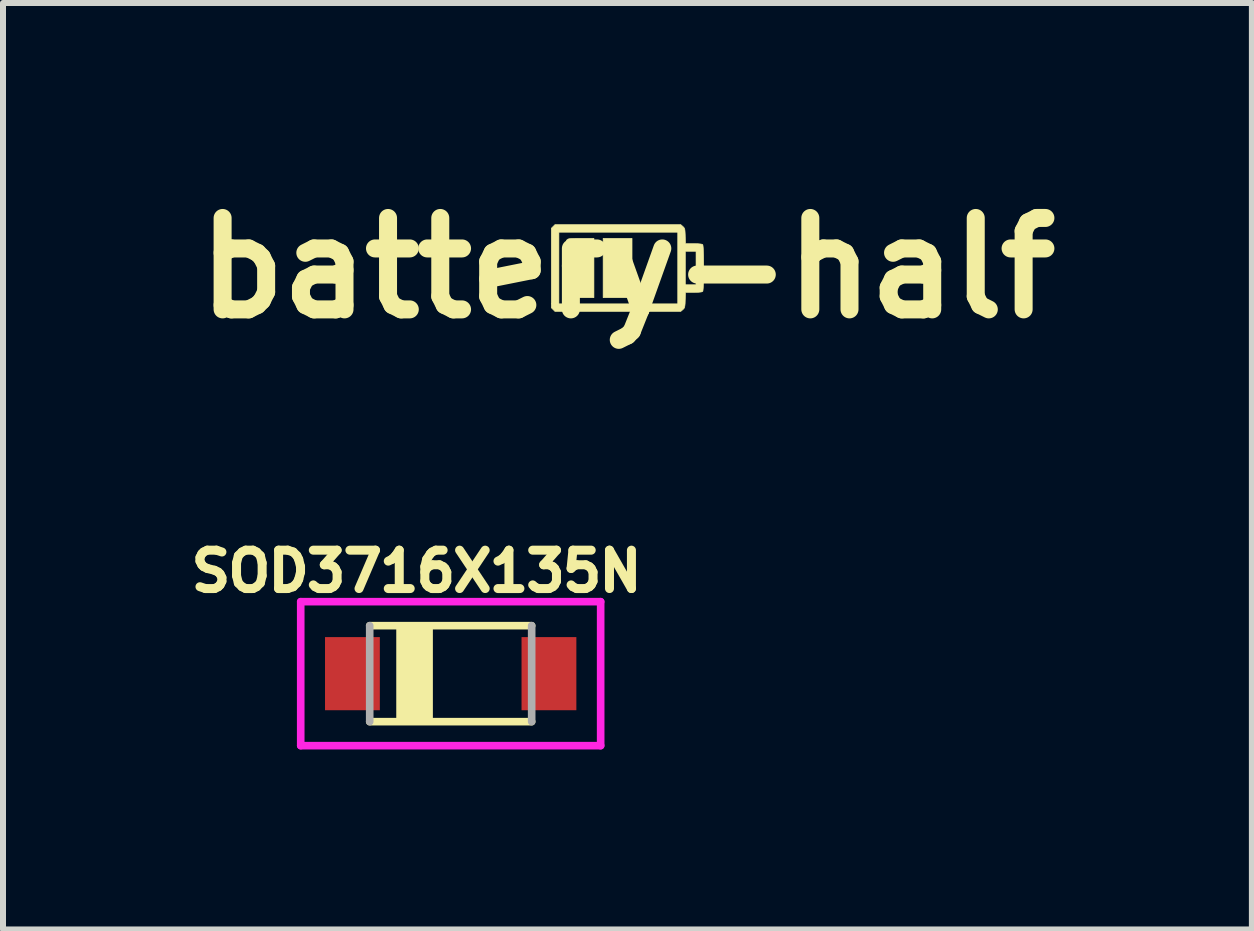
<source format=kicad_pcb>
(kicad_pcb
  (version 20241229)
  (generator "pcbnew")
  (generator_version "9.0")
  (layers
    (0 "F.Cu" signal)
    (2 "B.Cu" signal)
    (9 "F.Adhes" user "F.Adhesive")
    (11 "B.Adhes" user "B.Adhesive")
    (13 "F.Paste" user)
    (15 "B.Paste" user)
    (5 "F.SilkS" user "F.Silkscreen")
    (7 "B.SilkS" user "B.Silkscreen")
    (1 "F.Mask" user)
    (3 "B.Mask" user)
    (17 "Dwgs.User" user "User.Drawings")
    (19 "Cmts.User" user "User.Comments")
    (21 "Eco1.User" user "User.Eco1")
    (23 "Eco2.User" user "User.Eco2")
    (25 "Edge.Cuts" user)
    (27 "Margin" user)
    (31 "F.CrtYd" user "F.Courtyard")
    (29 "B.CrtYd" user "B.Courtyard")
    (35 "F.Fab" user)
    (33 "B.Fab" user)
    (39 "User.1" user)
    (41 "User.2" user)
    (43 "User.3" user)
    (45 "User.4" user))
  (footprint "SOD3716X135N"
    (layer "F.Cu")
    (at 4.463 8.18)
    (property "Reference" "SOD3716X135N" (at -0.568 -1.707 0) (layer "F.SilkS") (effects (font (size 0.64 0.64) (thickness 0.15))))
    (attr through_hole)
    (fp_line (start -1.35 -0.8) (end 1.35 -0.8) (stroke (width 0.127) (type solid)) (layer "F.SilkS"))
    (fp_line (start 1.35 0.8) (end -1.35 0.8) (stroke (width 0.127) (type solid)) (layer "F.SilkS"))
    (fp_poly (pts (xy -0.901 -0.8) (xy -0.3 -0.8) (xy -0.3 0.801) (xy -0.901 0.801)) (stroke (width 0.01) (type solid)) (fill yes) (layer "F.SilkS"))
    (fp_line (start -2.5 -1.2) (end -2.5 1.2) (stroke (width 0.127) (type solid)) (layer "F.CrtYd"))
    (fp_line (start -2.5 1.2) (end 2.5 1.2) (stroke (width 0.127) (type solid)) (layer "F.CrtYd"))
    (fp_line (start 2.5 -1.2) (end -2.5 -1.2) (stroke (width 0.127) (type solid)) (layer "F.CrtYd"))
    (fp_line (start 2.5 1.2) (end 2.5 -1.2) (stroke (width 0.127) (type solid)) (layer "F.CrtYd"))
    (fp_line (start -1.35 0.8) (end -1.35 -0.8) (stroke (width 0.127) (type solid)) (layer "F.Fab"))
    (fp_line (start 1.35 -0.8) (end 1.35 0.8) (stroke (width 0.127) (type solid)) (layer "F.Fab"))
    (pad "A" smd rect (at 1.638 0) (size 0.914 1.219) (layers "F.Cu" "F.Mask" "F.Paste"))
    (pad "C" smd rect (at -1.638 0) (size 0.914 1.219) (layers "F.Cu" "F.Mask" "F.Paste")))
  (footprint "battery-half"
    (layer "F.Cu")
    (at 7.41 1.418)
    (property "Reference" "battery-half" (at 0 0 0) (layer "F.SilkS") (effects (font (size 1.524 1.524) (thickness 0.3))))
    (attr through_hole)
    (fp_poly (pts (xy 0.076 0.495) (xy -0.406 0.495) (xy -0.406 -0.495) (xy 0.076 -0.495) (xy 0.076 0.495)) (stroke (width 0.01) (type solid)) (fill yes) (layer "F.SilkS"))
    (fp_poly (pts (xy -0.559 -0.495) (xy -0.559 0.495) (xy -0.773 0.495) (xy -0.852 0.495) (xy -0.91 0.494) (xy -0.951 0.492) (xy -0.977 0.488) (xy -0.994 0.483) (xy -1.005 0.475) (xy -1.008 0.472) (xy -1.013 0.464) (xy -1.018 0.451) (xy -1.021 0.43) (xy -1.024 0.4) (xy -1.026 0.357) (xy -1.027 0.299) (xy -1.028 0.224) (xy -1.029 0.128) (xy -1.029 0.01) (xy -1.029 -0.002) (xy -1.029 -0.122) (xy -1.028 -0.218) (xy -1.028 -0.294) (xy -1.027 -0.353) (xy -1.025 -0.397) (xy -1.022 -0.427) (xy -1.019 -0.448) (xy -1.015 -0.462) (xy -1.009 -0.47) (xy -1.005 -0.474) (xy -0.993 -0.482) (xy -0.974 -0.488) (xy -0.945 -0.492) (xy -0.9 -0.494) (xy -0.838 -0.495) (xy -0.771 -0.495) (xy -0.559 -0.495)) (stroke (width 0.01) (type solid)) (fill yes) (layer "F.SilkS"))
    (fp_poly (pts (xy 0.923 -0.693) (xy 0.939 -0.678) (xy 0.95 -0.662) (xy 0.957 -0.638) (xy 0.96 -0.603) (xy 0.963 -0.549) (xy 0.963 -0.535) (xy 0.968 -0.406) (xy 1.104 -0.406) (xy 1.176 -0.405) (xy 1.227 -0.4) (xy 1.253 -0.393) (xy 1.255 -0.391) (xy 1.259 -0.374) (xy 1.263 -0.336) (xy 1.266 -0.279) (xy 1.269 -0.21) (xy 1.27 -0.13) (xy 1.271 -0.044) (xy 1.271 0.043) (xy 1.27 0.129) (xy 1.269 0.208) (xy 1.266 0.278) (xy 1.263 0.335) (xy 1.259 0.374) (xy 1.255 0.391) (xy 1.255 0.391) (xy 1.233 0.399) (xy 1.187 0.404) (xy 1.118 0.406) (xy 1.104 0.406) (xy 0.968 0.406) (xy 0.963 0.535) (xy 0.961 0.593) (xy 0.957 0.632) (xy 0.952 0.657) (xy 0.942 0.675) (xy 0.927 0.69) (xy 0.923 0.693) (xy 0.888 0.724) (xy -1.208 0.724) (xy -1.239 0.693) (xy -1.27 0.662) (xy -1.27 -0.597) (xy -1.143 -0.597) (xy -1.143 0.597) (xy 0.838 0.597) (xy 0.838 -0.279) (xy 0.965 -0.279) (xy 0.965 0.279) (xy 1.143 0.279) (xy 1.143 -0.279) (xy 0.965 -0.279) (xy 0.838 -0.279) (xy 0.838 -0.597) (xy -1.143 -0.597) (xy -1.27 -0.597) (xy -1.27 -0.662) (xy -1.239 -0.693) (xy -1.208 -0.724) (xy 0.888 -0.724) (xy 0.923 -0.693)) (stroke (width 0.01) (type solid)) (fill yes) (layer "F.SilkS")))
  (gr_rect
    (start -3 -3)
    (end 17.819 12.444)
    (stroke (width 0.1) (type default))
    (fill no)
    (layer "Edge.Cuts")))
</source>
